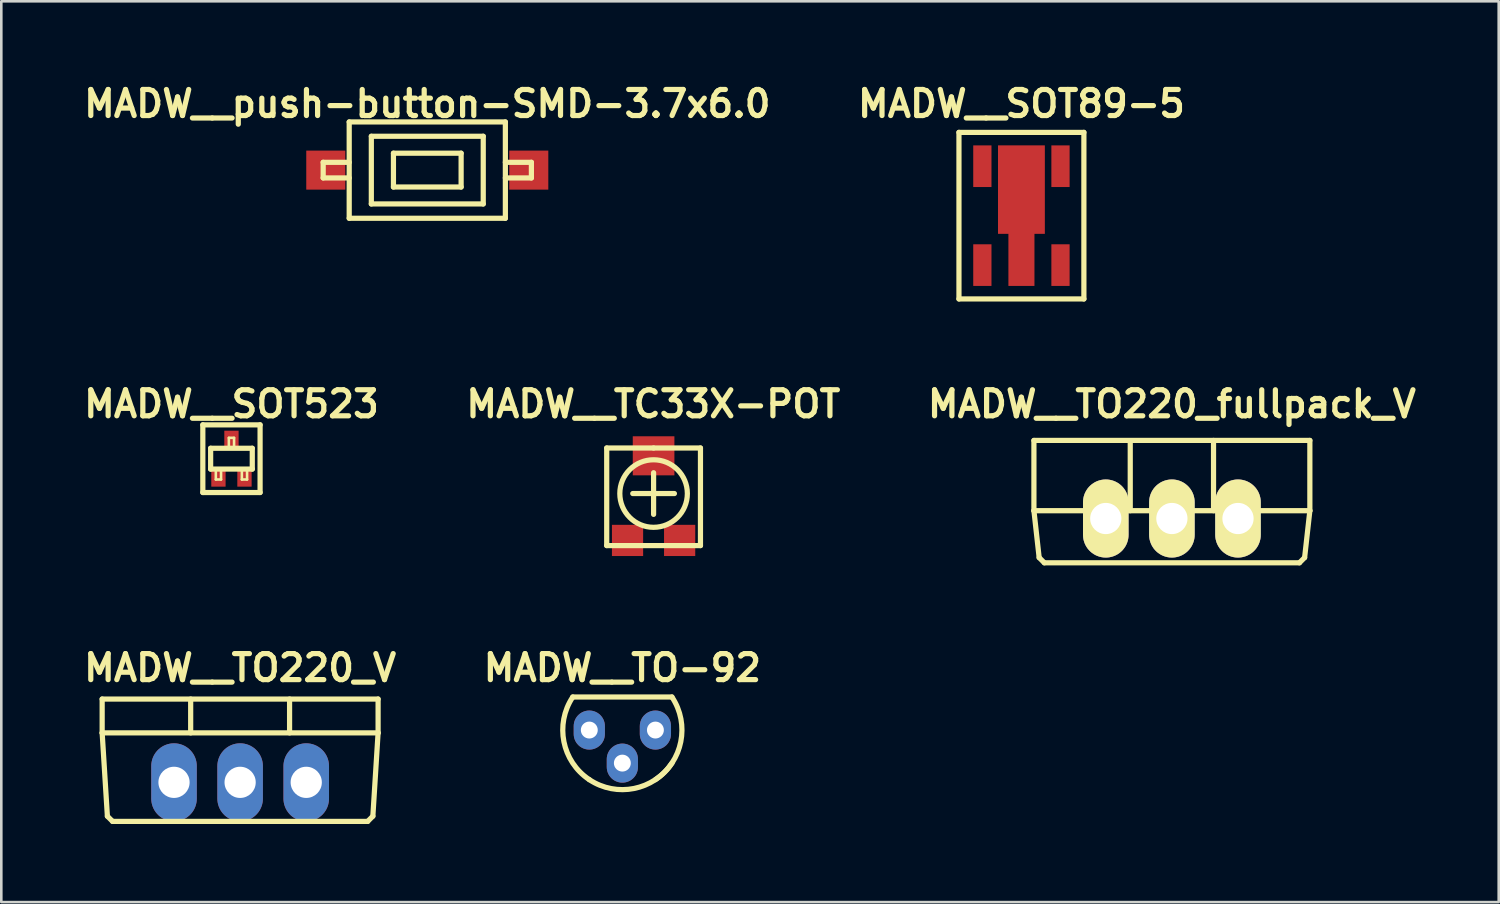
<source format=kicad_pcb>
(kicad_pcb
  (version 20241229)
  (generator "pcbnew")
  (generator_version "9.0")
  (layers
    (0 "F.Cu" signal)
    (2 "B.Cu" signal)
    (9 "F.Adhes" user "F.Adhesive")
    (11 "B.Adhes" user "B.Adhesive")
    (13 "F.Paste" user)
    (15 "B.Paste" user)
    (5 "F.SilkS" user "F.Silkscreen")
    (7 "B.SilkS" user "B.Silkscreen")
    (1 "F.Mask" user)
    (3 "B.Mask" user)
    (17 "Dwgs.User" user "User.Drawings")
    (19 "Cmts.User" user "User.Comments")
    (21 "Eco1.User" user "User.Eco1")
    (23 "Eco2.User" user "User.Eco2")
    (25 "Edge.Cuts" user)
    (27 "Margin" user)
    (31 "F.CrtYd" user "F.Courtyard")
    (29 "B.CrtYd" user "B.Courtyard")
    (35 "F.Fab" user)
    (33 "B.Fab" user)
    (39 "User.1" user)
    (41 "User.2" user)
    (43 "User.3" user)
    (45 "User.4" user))
  (footprint "MADW__push-button-SMD-3.7x6.0"
    (layer "F.Cu")
    (at 13.367 3.486)
    (property "Reference" "MADW__push-button-SMD-3.7x6.0" (at 0 -2.55 0) (layer "F.SilkS") (effects (font (size 1 1) (thickness 0.2))))
    (attr through_hole)
    (fp_line (start -4 -0.3) (end -4 0.3) (stroke (width 0.2) (type solid)) (layer "F.SilkS"))
    (fp_line (start -4 0.3) (end -3 0.3) (stroke (width 0.2) (type solid)) (layer "F.SilkS"))
    (fp_line (start -3 -1.85) (end 3 -1.85) (stroke (width 0.2) (type solid)) (layer "F.SilkS"))
    (fp_line (start -3 -0.3) (end -4 -0.3) (stroke (width 0.2) (type solid)) (layer "F.SilkS"))
    (fp_line (start -3 1.85) (end -3 -1.85) (stroke (width 0.2) (type solid)) (layer "F.SilkS"))
    (fp_line (start -2.15 -1.3) (end 2.15 -1.3) (stroke (width 0.2) (type solid)) (layer "F.SilkS"))
    (fp_line (start -2.15 1.3) (end -2.15 -1.3) (stroke (width 0.2) (type solid)) (layer "F.SilkS"))
    (fp_line (start -1.3 -0.65) (end 1.3 -0.65) (stroke (width 0.2) (type solid)) (layer "F.SilkS"))
    (fp_line (start -1.3 0.65) (end -1.3 -0.65) (stroke (width 0.2) (type solid)) (layer "F.SilkS"))
    (fp_line (start 1.3 -0.65) (end 1.3 0.65) (stroke (width 0.2) (type solid)) (layer "F.SilkS"))
    (fp_line (start 1.3 0.65) (end -1.3 0.65) (stroke (width 0.2) (type solid)) (layer "F.SilkS"))
    (fp_line (start 2.15 -1.3) (end 2.15 1.3) (stroke (width 0.2) (type solid)) (layer "F.SilkS"))
    (fp_line (start 2.15 1.3) (end -2.15 1.3) (stroke (width 0.2) (type solid)) (layer "F.SilkS"))
    (fp_line (start 3 -1.85) (end 3 1.85) (stroke (width 0.2) (type solid)) (layer "F.SilkS"))
    (fp_line (start 3 -0.3) (end 4 -0.3) (stroke (width 0.2) (type solid)) (layer "F.SilkS"))
    (fp_line (start 3 1.85) (end -3 1.85) (stroke (width 0.2) (type solid)) (layer "F.SilkS"))
    (fp_line (start 4 -0.3) (end 4 0.3) (stroke (width 0.2) (type solid)) (layer "F.SilkS"))
    (fp_line (start 4 0.3) (end 3 0.3) (stroke (width 0.2) (type solid)) (layer "F.SilkS"))
    (pad "1" smd rect (at -3.9 0) (size 1.5 1.5) (layers "F.Cu" "F.Mask" "F.Paste"))
    (pad "2" smd rect (at 3.9 0) (size 1.5 1.5) (layers "F.Cu" "F.Mask" "F.Paste")))
  (footprint "MADW__TO220_fullpack_V"
    (layer "F.Cu")
    (at 41.976 16.872)
    (property "Reference" "MADW__TO220_fullpack_V" (at 0 -4.399 0) (layer "F.SilkS") (effects (font (size 1 1) (thickness 0.2))))
    (attr through_hole)
    (fp_line (start -5.301 -3) (end -5.301 -0.3) (stroke (width 0.2) (type solid)) (layer "F.SilkS"))
    (fp_line (start -5.301 -0.3) (end -5.1 1.501) (stroke (width 0.2) (type solid)) (layer "F.SilkS"))
    (fp_line (start -5.301 -0.3) (end 5.301 -0.3) (stroke (width 0.2) (type solid)) (layer "F.SilkS"))
    (fp_line (start -5.1 1.501) (end -4.9 1.702) (stroke (width 0.2) (type solid)) (layer "F.SilkS"))
    (fp_line (start -4.9 1.702) (end 4.9 1.702) (stroke (width 0.2) (type solid)) (layer "F.SilkS"))
    (fp_line (start -1.6 -2.898) (end -1.6 -0.3) (stroke (width 0.2) (type solid)) (layer "F.SilkS"))
    (fp_line (start 1.6 -3) (end 1.6 -0.3) (stroke (width 0.2) (type solid)) (layer "F.SilkS"))
    (fp_line (start 5.1 1.501) (end 4.9 1.702) (stroke (width 0.2) (type solid)) (layer "F.SilkS"))
    (fp_line (start 5.301 -3) (end -5.301 -3) (stroke (width 0.2) (type solid)) (layer "F.SilkS"))
    (fp_line (start 5.301 -3) (end 5.301 -0.3) (stroke (width 0.2) (type solid)) (layer "F.SilkS"))
    (fp_line (start 5.301 -0.3) (end 5.1 1.501) (stroke (width 0.2) (type solid)) (layer "F.SilkS"))
    (pad "1" thru_hole oval (at -2.54 0) (size 1.75 3) (drill 1.199) (layers "*.Cu" "*.Mask" "F.SilkS"))
    (pad "2" thru_hole oval (at 0 0) (size 1.75 3) (drill 1.199) (layers "*.Cu" "*.Mask" "F.SilkS"))
    (pad "3" thru_hole oval (at 2.54 0) (size 1.75 3) (drill 1.199) (layers "*.Cu" "*.Mask" "F.SilkS")))
  (footprint "MADW__SOT523"
    (layer "F.Cu")
    (at 5.843 14.573)
    (property "Reference" "MADW__SOT523" (at 0 -2.1 0) (layer "F.SilkS") (effects (font (size 1 1) (thickness 0.2))))
    (attr smd)
    (fp_line (start -1.1 -1.3) (end -1.1 1.3) (stroke (width 0.2) (type solid)) (layer "F.SilkS"))
    (fp_line (start -1.1 -1.3) (end 1.1 -1.3) (stroke (width 0.2) (type solid)) (layer "F.SilkS"))
    (fp_line (start -1.1 1.3) (end 1.1 1.3) (stroke (width 0.2) (type solid)) (layer "F.SilkS"))
    (fp_line (start -0.8 -0.4) (end -0.8 0.4) (stroke (width 0.2) (type solid)) (layer "F.SilkS"))
    (fp_line (start -0.8 0.4) (end 0.8 0.4) (stroke (width 0.2) (type solid)) (layer "F.SilkS"))
    (fp_line (start -0.6 0.4) (end -0.6 0.8) (stroke (width 0.1) (type solid)) (layer "F.SilkS"))
    (fp_line (start -0.6 0.8) (end -0.4 0.8) (stroke (width 0.1) (type solid)) (layer "F.SilkS"))
    (fp_line (start -0.4 0.8) (end -0.4 0.4) (stroke (width 0.1) (type solid)) (layer "F.SilkS"))
    (fp_line (start -0.1 -0.8) (end 0.1 -0.8) (stroke (width 0.1) (type solid)) (layer "F.SilkS"))
    (fp_line (start -0.1 -0.4) (end -0.1 -0.8) (stroke (width 0.1) (type solid)) (layer "F.SilkS"))
    (fp_line (start 0.1 -0.8) (end 0.1 -0.4) (stroke (width 0.1) (type solid)) (layer "F.SilkS"))
    (fp_line (start 0.4 0.4) (end 0.4 0.8) (stroke (width 0.1) (type solid)) (layer "F.SilkS"))
    (fp_line (start 0.4 0.8) (end 0.6 0.8) (stroke (width 0.1) (type solid)) (layer "F.SilkS"))
    (fp_line (start 0.6 0.8) (end 0.6 0.4) (stroke (width 0.1) (type solid)) (layer "F.SilkS"))
    (fp_line (start 0.8 -0.4) (end -0.8 -0.4) (stroke (width 0.2) (type solid)) (layer "F.SilkS"))
    (fp_line (start 0.8 0.4) (end 0.8 -0.4) (stroke (width 0.2) (type solid)) (layer "F.SilkS"))
    (fp_line (start 1.1 1.3) (end 1.1 -1.3) (stroke (width 0.2) (type solid)) (layer "F.SilkS"))
    (pad "1" smd rect (at -0.5 0.75) (size 0.55 0.65) (layers "F.Cu" "F.Mask" "F.Paste"))
    (pad "2" smd rect (at 0.5 0.75) (size 0.55 0.65) (layers "F.Cu" "F.Mask" "F.Paste"))
    (pad "3" smd rect (at 0 -0.75) (size 0.55 0.65) (layers "F.Cu" "F.Mask" "F.Paste")))
  (footprint "MADW__TC33X-POT"
    (layer "F.Cu")
    (at 22.062 15.913)
    (property "Reference" "MADW__TC33X-POT" (at -0.01 -3.44 0) (layer "F.SilkS") (effects (font (size 1 1) (thickness 0.2))))
    (attr through_hole)
    (fp_line (start -1.801 -1.75) (end 0 -1.75) (stroke (width 0.2) (type solid)) (layer "F.SilkS"))
    (fp_line (start -1.801 1.999) (end -1.801 -1.75) (stroke (width 0.2) (type solid)) (layer "F.SilkS"))
    (fp_line (start -0.8 0) (end 0.8 0) (stroke (width 0.2) (type solid)) (layer "F.SilkS"))
    (fp_line (start 0 -1.75) (end 1.801 -1.75) (stroke (width 0.2) (type solid)) (layer "F.SilkS"))
    (fp_line (start 0 -0.8) (end 0 0.8) (stroke (width 0.2) (type solid)) (layer "F.SilkS"))
    (fp_line (start 1.801 -1.75) (end 1.801 1.999) (stroke (width 0.2) (type solid)) (layer "F.SilkS"))
    (fp_line (start 1.801 1.999) (end -1.801 1.999) (stroke (width 0.2) (type solid)) (layer "F.SilkS"))
    (fp_circle (center 0 0) (end 1.151 0.599) (stroke (width 0.2) (type solid)) (fill no) (layer "F.SilkS"))
    (pad "1" smd rect (at -1.001 1.801) (size 1.199 1.199) (layers "F.Cu" "F.Mask" "F.Paste"))
    (pad "2" smd rect (at 0 -1.45) (size 1.6 1.501) (layers "F.Cu" "F.Mask" "F.Paste"))
    (pad "3" smd rect (at 1.001 1.801) (size 1.199 1.199) (layers "F.Cu" "F.Mask" "F.Paste")))
  (footprint "MADW__TO220_V"
    (layer "F.Cu")
    (at 6.176 27.009)
    (property "Reference" "MADW__TO220_V" (at 0 -4.399 0) (layer "F.SilkS") (effects (font (size 1 1) (thickness 0.2))))
    (attr through_hole)
    (fp_line (start -5.301 -1.9) (end -5.301 -3.2) (stroke (width 0.2) (type solid)) (layer "F.SilkS"))
    (fp_line (start -5.301 -1.9) (end -5.1 1.3) (stroke (width 0.2) (type solid)) (layer "F.SilkS"))
    (fp_line (start -5.301 -1.9) (end 5.301 -1.9) (stroke (width 0.2) (type solid)) (layer "F.SilkS"))
    (fp_line (start -5.1 1.3) (end -4.9 1.501) (stroke (width 0.2) (type solid)) (layer "F.SilkS"))
    (fp_line (start -4.9 1.501) (end 4.9 1.501) (stroke (width 0.2) (type solid)) (layer "F.SilkS"))
    (fp_line (start -1.9 -3.2) (end -1.9 -1.9) (stroke (width 0.2) (type solid)) (layer "F.SilkS"))
    (fp_line (start 1.9 -3.2) (end 1.9 -1.9) (stroke (width 0.2) (type solid)) (layer "F.SilkS"))
    (fp_line (start 5.1 1.3) (end 4.9 1.501) (stroke (width 0.2) (type solid)) (layer "F.SilkS"))
    (fp_line (start 5.301 -3.2) (end -5.301 -3.2) (stroke (width 0.2) (type solid)) (layer "F.SilkS"))
    (fp_line (start 5.301 -1.9) (end 5.1 1.3) (stroke (width 0.2) (type solid)) (layer "F.SilkS"))
    (fp_line (start 5.301 -1.9) (end 5.301 -3.2) (stroke (width 0.2) (type solid)) (layer "F.SilkS"))
    (pad "1" thru_hole oval (at -2.54 0) (size 1.75 3) (drill 1.199) (layers "*.Cu" "*.Mask"))
    (pad "2" thru_hole oval (at 0 0) (size 1.75 3) (drill 1.199) (layers "*.Cu" "*.Mask"))
    (pad "3" thru_hole oval (at 2.54 0) (size 1.75 3) (drill 1.199) (layers "*.Cu" "*.Mask")))
  (footprint "MADW__SOT89-5"
    (layer "F.Cu")
    (at 36.195 5.236)
    (property "Reference" "MADW__SOT89-5" (at 0 -4.3 0) (layer "F.SilkS") (effects (font (size 1 1) (thickness 0.2))))
    (attr through_hole)
    (fp_line (start -2.4 -3.2) (end 2.4 -3.2) (stroke (width 0.2) (type solid)) (layer "F.SilkS"))
    (fp_line (start -2.4 3.2) (end -2.4 -3.2) (stroke (width 0.2) (type solid)) (layer "F.SilkS"))
    (fp_line (start 2.4 -3.2) (end 2.4 3.2) (stroke (width 0.2) (type solid)) (layer "F.SilkS"))
    (fp_line (start 2.4 3.2) (end -2.4 3.2) (stroke (width 0.2) (type solid)) (layer "F.SilkS"))
    (pad "1" smd rect (at -1.501 1.9) (size 0.701 1.6) (layers "F.Cu" "F.Mask" "F.Paste"))
    (pad "2" smd rect (at 0 -1.001) (size 1.8 3.4) (layers "F.Cu" "F.Mask" "F.Paste"))
    (pad "2" smd rect (at 0 1.6) (size 1.001 2.2) (layers "F.Cu" "F.Mask" "F.Paste"))
    (pad "3" smd rect (at 1.501 1.9) (size 0.701 1.6) (layers "F.Cu" "F.Mask" "F.Paste"))
    (pad "4" smd rect (at 1.501 -1.9) (size 0.701 1.6) (layers "F.Cu" "F.Mask" "F.Paste"))
    (pad "5" smd rect (at -1.501 -1.9) (size 0.701 1.6) (layers "F.Cu" "F.Mask" "F.Paste")))
  (footprint "MADW__TO-92"
    (layer "F.Cu")
    (at 20.862 25)
    (property "Reference" "MADW__TO-92" (at 0 -2.39 0) (layer "F.SilkS") (effects (font (size 1 1) (thickness 0.2))))
    (attr through_hole)
    (fp_line (start -1.905 -1.27) (end 1.905 -1.27) (stroke (width 0.2) (type solid)) (layer "F.SilkS"))
    (fp_arc (start -1.27 1.905) (mid -2.245064 0.449013) (end -1.905 -1.27) (stroke (width 0.2) (type solid)) (layer "F.SilkS"))
    (fp_arc (start 1.905 -1.27) (mid 2.245064 0.449013) (end 1.27 1.905) (stroke (width 0.2) (type solid)) (layer "F.SilkS"))
    (fp_arc (start 1.905 1.27) (mid 0.449013 2.245064) (end -1.27 1.905) (stroke (width 0.2) (type solid)) (layer "F.SilkS"))
    (pad "1" thru_hole oval (at 1.27 0) (size 1.199 1.501) (drill 0.65) (layers "*.Cu" "*.Mask"))
    (pad "2" thru_hole oval (at 0 1.27) (size 1.199 1.501) (drill 0.65) (layers "*.Cu" "*.Mask"))
    (pad "3" thru_hole oval (at -1.27 0) (size 1.199 1.501) (drill 0.65) (layers "*.Cu" "*.Mask")))
  (gr_rect
    (start -3 -3)
    (end 54.533 31.61)
    (stroke (width 0.1) (type default))
    (fill no)
    (layer "Edge.Cuts")))
</source>
